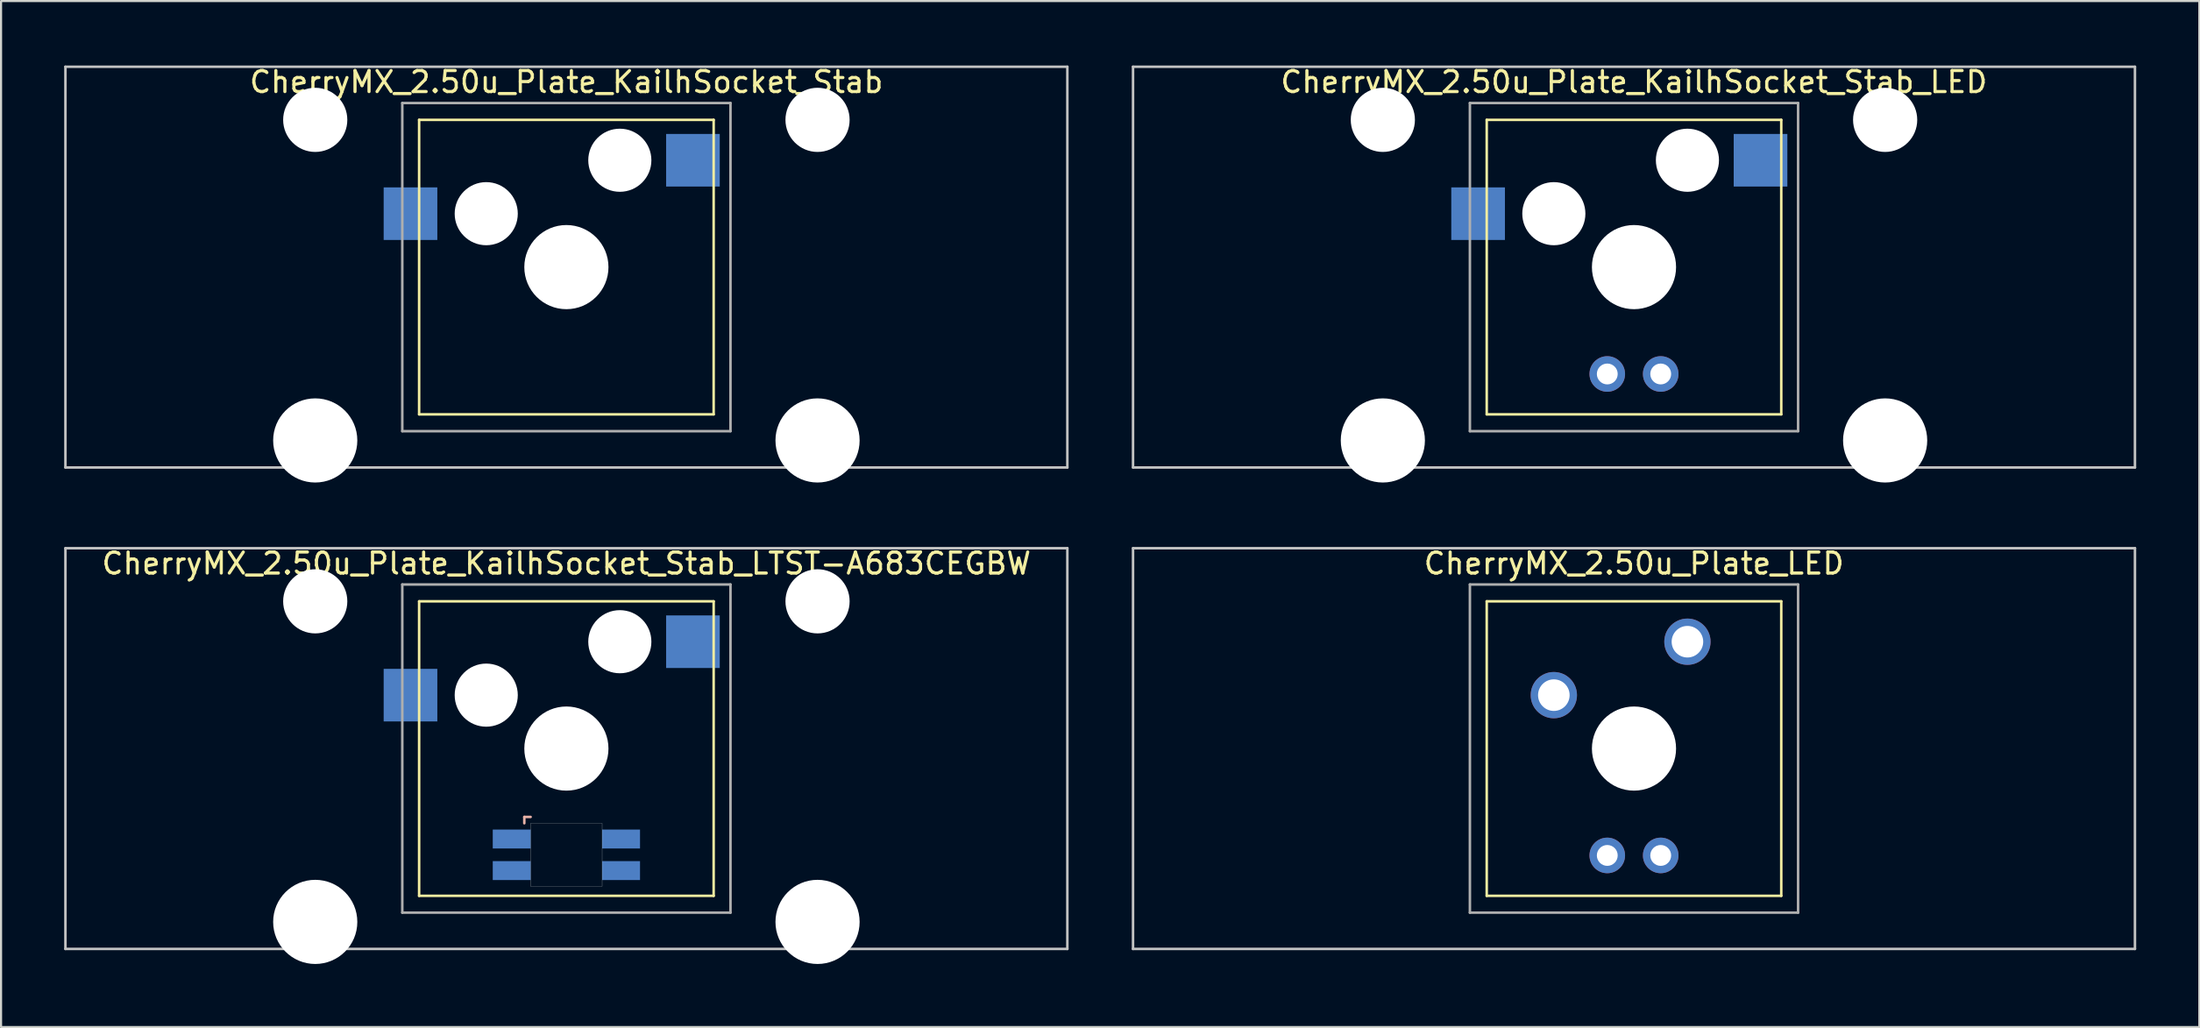
<source format=kicad_pcb>
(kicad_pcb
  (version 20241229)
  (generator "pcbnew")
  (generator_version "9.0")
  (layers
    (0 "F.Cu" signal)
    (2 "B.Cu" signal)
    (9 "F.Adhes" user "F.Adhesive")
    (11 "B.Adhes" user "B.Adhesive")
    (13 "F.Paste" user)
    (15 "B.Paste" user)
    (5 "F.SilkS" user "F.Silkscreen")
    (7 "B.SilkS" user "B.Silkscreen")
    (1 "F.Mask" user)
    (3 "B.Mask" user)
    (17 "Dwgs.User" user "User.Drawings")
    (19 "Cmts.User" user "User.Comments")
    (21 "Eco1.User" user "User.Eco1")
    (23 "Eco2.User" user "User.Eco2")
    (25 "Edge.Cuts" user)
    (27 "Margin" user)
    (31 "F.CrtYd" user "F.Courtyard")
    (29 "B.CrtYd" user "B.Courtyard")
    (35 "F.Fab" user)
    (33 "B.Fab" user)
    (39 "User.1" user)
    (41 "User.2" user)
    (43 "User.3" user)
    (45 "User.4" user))
  (footprint "CherryMX_2.50u_Plate_KailhSocket_Stab_LED"
    (layer "F.Cu")
    (at 74.618 9.648)
    (property "Reference" "CherryMX_2.50u_Plate_KailhSocket_Stab_LED" (at 0 -8.8 0) (layer "F.SilkS") (effects (font (size 1 1) (thickness 0.15))))
    (attr through_hole)
    (fp_line (start -7 -7) (end -7 7) (stroke (width 0.12) (type solid)) (layer "F.SilkS"))
    (fp_line (start -7 -7) (end 7 -7) (stroke (width 0.12) (type solid)) (layer "F.SilkS"))
    (fp_line (start 7 -7) (end 7 7) (stroke (width 0.12) (type solid)) (layer "F.SilkS"))
    (fp_line (start 7 7) (end -7 7) (stroke (width 0.12) (type solid)) (layer "F.SilkS"))
    (fp_line (start -23.812 -9.525) (end 23.812 -9.525) (stroke (width 0.12) (type solid)) (layer "Dwgs.User"))
    (fp_line (start -23.812 9.525) (end -23.812 -9.525) (stroke (width 0.12) (type solid)) (layer "Dwgs.User"))
    (fp_line (start 23.812 -9.525) (end 23.812 9.525) (stroke (width 0.12) (type solid)) (layer "Dwgs.User"))
    (fp_line (start 23.812 9.525) (end -23.812 9.525) (stroke (width 0.12) (type solid)) (layer "Dwgs.User"))
    (fp_line (start -7.8 -7.8) (end -7.8 7.8) (stroke (width 0.12) (type solid)) (layer "F.Fab"))
    (fp_line (start -7.8 -7.8) (end 7.8 -7.8) (stroke (width 0.12) (type solid)) (layer "F.Fab"))
    (fp_line (start -7.8 7.8) (end 7.8 7.8) (stroke (width 0.12) (type solid)) (layer "F.Fab"))
    (fp_line (start 7.8 -7.8) (end 7.8 7.8) (stroke (width 0.12) (type solid)) (layer "F.Fab"))
    (pad "" np_thru_hole circle (at -11.938 -7) (size 3.05 3.05) (drill 3.05) (layers "*.Cu" "*.Mask"))
    (pad "" np_thru_hole circle (at -11.938 8.24) (size 4 4) (drill 4) (layers "*.Cu" "*.Mask"))
    (pad "" np_thru_hole circle (at -3.81 -2.54) (size 3 3) (drill 3) (layers "*.Cu" "*.Mask"))
    (pad "" np_thru_hole circle (at 0 0) (size 4 4) (drill 4) (layers "*.Cu" "*.Mask"))
    (pad "" np_thru_hole circle (at 2.54 -5.08) (size 3 3) (drill 3) (layers "*.Cu" "*.Mask"))
    (pad "" np_thru_hole circle (at 11.938 -7) (size 3.05 3.05) (drill 3.05) (layers "*.Cu" "*.Mask"))
    (pad "" np_thru_hole circle (at 11.938 8.24) (size 4 4) (drill 4) (layers "*.Cu" "*.Mask"))
    (pad "1" smd rect (at -7.41 -2.54) (size 2.55 2.5) (layers "B.Cu" "B.Mask" "B.Paste"))
    (pad "2" smd rect (at 6.015 -5.08) (size 2.55 2.5) (layers "B.Cu" "B.Mask" "B.Paste"))
    (pad "3" thru_hole circle (at -1.27 5.08) (size 1.691 1.691) (drill 0.991) (layers "*.Cu" "*.Mask"))
    (pad "4" thru_hole circle (at 1.27 5.08) (size 1.691 1.691) (drill 0.991) (layers "*.Cu" "*.Mask")))
  (footprint "CherryMX_2.50u_Plate_KailhSocket_Stab"
    (layer "F.Cu")
    (at 23.872 9.648)
    (property "Reference" "CherryMX_2.50u_Plate_KailhSocket_Stab" (at 0 -8.8 0) (layer "F.SilkS") (effects (font (size 1 1) (thickness 0.15))))
    (attr through_hole)
    (fp_line (start -7 -7) (end -7 7) (stroke (width 0.12) (type solid)) (layer "F.SilkS"))
    (fp_line (start -7 -7) (end 7 -7) (stroke (width 0.12) (type solid)) (layer "F.SilkS"))
    (fp_line (start 7 -7) (end 7 7) (stroke (width 0.12) (type solid)) (layer "F.SilkS"))
    (fp_line (start 7 7) (end -7 7) (stroke (width 0.12) (type solid)) (layer "F.SilkS"))
    (fp_line (start -23.812 -9.525) (end 23.812 -9.525) (stroke (width 0.12) (type solid)) (layer "Dwgs.User"))
    (fp_line (start -23.812 9.525) (end -23.812 -9.525) (stroke (width 0.12) (type solid)) (layer "Dwgs.User"))
    (fp_line (start 23.812 -9.525) (end 23.812 9.525) (stroke (width 0.12) (type solid)) (layer "Dwgs.User"))
    (fp_line (start 23.812 9.525) (end -23.812 9.525) (stroke (width 0.12) (type solid)) (layer "Dwgs.User"))
    (fp_line (start -7.8 -7.8) (end -7.8 7.8) (stroke (width 0.12) (type solid)) (layer "F.Fab"))
    (fp_line (start -7.8 -7.8) (end 7.8 -7.8) (stroke (width 0.12) (type solid)) (layer "F.Fab"))
    (fp_line (start -7.8 7.8) (end 7.8 7.8) (stroke (width 0.12) (type solid)) (layer "F.Fab"))
    (fp_line (start 7.8 -7.8) (end 7.8 7.8) (stroke (width 0.12) (type solid)) (layer "F.Fab"))
    (pad "" np_thru_hole circle (at -11.938 -7) (size 3.05 3.05) (drill 3.05) (layers "*.Cu" "*.Mask"))
    (pad "" np_thru_hole circle (at -11.938 8.24) (size 4 4) (drill 4) (layers "*.Cu" "*.Mask"))
    (pad "" np_thru_hole circle (at -3.81 -2.54) (size 3 3) (drill 3) (layers "*.Cu" "*.Mask"))
    (pad "" np_thru_hole circle (at 0 0) (size 4 4) (drill 4) (layers "*.Cu" "*.Mask"))
    (pad "" np_thru_hole circle (at 2.54 -5.08) (size 3 3) (drill 3) (layers "*.Cu" "*.Mask"))
    (pad "" np_thru_hole circle (at 11.938 -7) (size 3.05 3.05) (drill 3.05) (layers "*.Cu" "*.Mask"))
    (pad "" np_thru_hole circle (at 11.938 8.24) (size 4 4) (drill 4) (layers "*.Cu" "*.Mask"))
    (pad "1" smd rect (at -7.41 -2.54) (size 2.55 2.5) (layers "B.Cu" "B.Mask" "B.Paste"))
    (pad "2" smd rect (at 6.015 -5.08) (size 2.55 2.5) (layers "B.Cu" "B.Mask" "B.Paste")))
  (footprint "CherryMX_2.50u_Plate_KailhSocket_Stab_LTST-A683CEGBW"
    (layer "F.Cu")
    (at 23.872 32.536)
    (property "Reference" "CherryMX_2.50u_Plate_KailhSocket_Stab_LTST-A683CEGBW" (at 0 -8.8 0) (layer "F.SilkS") (effects (font (size 1 1) (thickness 0.15))))
    (attr through_hole)
    (fp_line (start -7 -7) (end -7 7) (stroke (width 0.12) (type solid)) (layer "F.SilkS"))
    (fp_line (start -7 -7) (end 7 -7) (stroke (width 0.12) (type solid)) (layer "F.SilkS"))
    (fp_line (start 7 -7) (end 7 7) (stroke (width 0.12) (type solid)) (layer "F.SilkS"))
    (fp_line (start 7 7) (end -7 7) (stroke (width 0.12) (type solid)) (layer "F.SilkS"))
    (fp_line (start -2 3.25) (end -2 3.55) (stroke (width 0.12) (type solid)) (layer "B.SilkS"))
    (fp_line (start -1.7 3.25) (end -2 3.25) (stroke (width 0.12) (type solid)) (layer "B.SilkS"))
    (fp_line (start -23.812 -9.525) (end 23.812 -9.525) (stroke (width 0.12) (type solid)) (layer "Dwgs.User"))
    (fp_line (start -23.812 9.525) (end -23.812 -9.525) (stroke (width 0.12) (type solid)) (layer "Dwgs.User"))
    (fp_line (start 23.812 -9.525) (end 23.812 9.525) (stroke (width 0.12) (type solid)) (layer "Dwgs.User"))
    (fp_line (start 23.812 9.525) (end -23.812 9.525) (stroke (width 0.12) (type solid)) (layer "Dwgs.User"))
    (fp_poly (pts (xy 1.7 6.55) (xy -1.7 6.55) (xy -1.7 3.55) (xy 1.7 3.55)) (stroke (width 0.01) (type solid)) (fill no) (layer "Edge.Cuts"))
    (fp_line (start -7.8 -7.8) (end -7.8 7.8) (stroke (width 0.12) (type solid)) (layer "F.Fab"))
    (fp_line (start -7.8 -7.8) (end 7.8 -7.8) (stroke (width 0.12) (type solid)) (layer "F.Fab"))
    (fp_line (start -7.8 7.8) (end 7.8 7.8) (stroke (width 0.12) (type solid)) (layer "F.Fab"))
    (fp_line (start 7.8 -7.8) (end 7.8 7.8) (stroke (width 0.12) (type solid)) (layer "F.Fab"))
    (pad "" np_thru_hole circle (at -11.938 -7) (size 3.05 3.05) (drill 3.05) (layers "*.Cu" "*.Mask"))
    (pad "" np_thru_hole circle (at -11.938 8.24) (size 4 4) (drill 4) (layers "*.Cu" "*.Mask"))
    (pad "" np_thru_hole circle (at -3.81 -2.54) (size 3 3) (drill 3) (layers "*.Cu" "*.Mask"))
    (pad "" np_thru_hole circle (at 0 0) (size 4 4) (drill 4) (layers "*.Cu" "*.Mask"))
    (pad "" np_thru_hole circle (at 2.54 -5.08) (size 3 3) (drill 3) (layers "*.Cu" "*.Mask"))
    (pad "" np_thru_hole circle (at 11.938 -7) (size 3.05 3.05) (drill 3.05) (layers "*.Cu" "*.Mask"))
    (pad "" np_thru_hole circle (at 11.938 8.24) (size 4 4) (drill 4) (layers "*.Cu" "*.Mask"))
    (pad "1" smd rect (at -7.41 -2.54) (size 2.55 2.5) (layers "B.Cu" "B.Mask" "B.Paste"))
    (pad "2" smd rect (at 6.015 -5.08) (size 2.55 2.5) (layers "B.Cu" "B.Mask" "B.Paste"))
    (pad "3" smd rect (at -2.6 4.3) (size 1.8 0.9) (layers "B.Cu" "B.Mask" "B.Paste"))
    (pad "4" smd rect (at -2.6 5.8) (size 1.8 0.9) (layers "B.Cu" "B.Mask" "B.Paste"))
    (pad "5" smd rect (at 2.6 4.3) (size 1.8 0.9) (layers "B.Cu" "B.Mask" "B.Paste"))
    (pad "6" smd rect (at 2.6 5.8) (size 1.8 0.9) (layers "B.Cu" "B.Mask" "B.Paste")))
  (footprint "CherryMX_2.50u_Plate_LED"
    (layer "F.Cu")
    (at 74.618 32.536)
    (property "Reference" "CherryMX_2.50u_Plate_LED" (at 0 -8.8 0) (layer "F.SilkS") (effects (font (size 1 1) (thickness 0.15))))
    (attr through_hole)
    (fp_line (start -7 -7) (end -7 7) (stroke (width 0.12) (type solid)) (layer "F.SilkS"))
    (fp_line (start -7 -7) (end 7 -7) (stroke (width 0.12) (type solid)) (layer "F.SilkS"))
    (fp_line (start 7 -7) (end 7 7) (stroke (width 0.12) (type solid)) (layer "F.SilkS"))
    (fp_line (start 7 7) (end -7 7) (stroke (width 0.12) (type solid)) (layer "F.SilkS"))
    (fp_line (start -23.812 -9.525) (end 23.812 -9.525) (stroke (width 0.12) (type solid)) (layer "Dwgs.User"))
    (fp_line (start -23.812 9.525) (end -23.812 -9.525) (stroke (width 0.12) (type solid)) (layer "Dwgs.User"))
    (fp_line (start 23.812 -9.525) (end 23.812 9.525) (stroke (width 0.12) (type solid)) (layer "Dwgs.User"))
    (fp_line (start 23.812 9.525) (end -23.812 9.525) (stroke (width 0.12) (type solid)) (layer "Dwgs.User"))
    (fp_line (start -7.8 -7.8) (end -7.8 7.8) (stroke (width 0.12) (type solid)) (layer "F.Fab"))
    (fp_line (start -7.8 -7.8) (end 7.8 -7.8) (stroke (width 0.12) (type solid)) (layer "F.Fab"))
    (fp_line (start -7.8 7.8) (end 7.8 7.8) (stroke (width 0.12) (type solid)) (layer "F.Fab"))
    (fp_line (start 7.8 -7.8) (end 7.8 7.8) (stroke (width 0.12) (type solid)) (layer "F.Fab"))
    (pad "" np_thru_hole circle (at 0 0) (size 4 4) (drill 4) (layers "*.Cu" "*.Mask"))
    (pad "1" thru_hole circle (at -3.81 -2.54) (size 2.2 2.2) (drill 1.5) (layers "*.Cu" "*.Mask"))
    (pad "2" thru_hole circle (at 2.54 -5.08) (size 2.2 2.2) (drill 1.5) (layers "*.Cu" "*.Mask"))
    (pad "3" thru_hole circle (at -1.27 5.08) (size 1.691 1.691) (drill 0.991) (layers "*.Cu" "*.Mask"))
    (pad "4" thru_hole circle (at 1.27 5.08) (size 1.691 1.691) (drill 0.991) (layers "*.Cu" "*.Mask")))
  (gr_rect
    (start -3 -3)
    (end 101.49 45.776)
    (stroke (width 0.1) (type default))
    (fill no)
    (layer "Edge.Cuts")))
</source>
